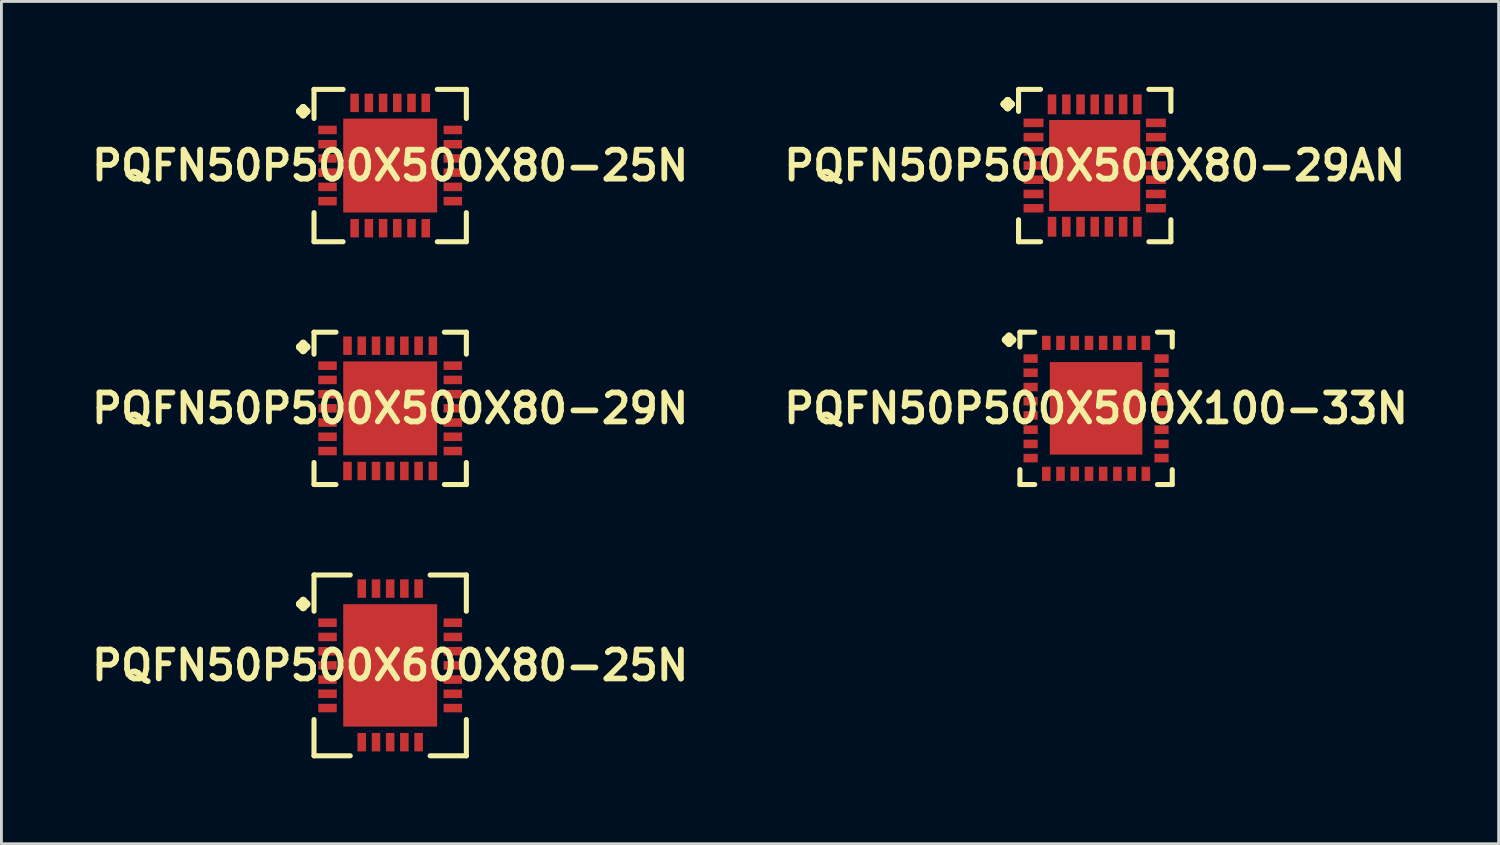
<source format=kicad_pcb>
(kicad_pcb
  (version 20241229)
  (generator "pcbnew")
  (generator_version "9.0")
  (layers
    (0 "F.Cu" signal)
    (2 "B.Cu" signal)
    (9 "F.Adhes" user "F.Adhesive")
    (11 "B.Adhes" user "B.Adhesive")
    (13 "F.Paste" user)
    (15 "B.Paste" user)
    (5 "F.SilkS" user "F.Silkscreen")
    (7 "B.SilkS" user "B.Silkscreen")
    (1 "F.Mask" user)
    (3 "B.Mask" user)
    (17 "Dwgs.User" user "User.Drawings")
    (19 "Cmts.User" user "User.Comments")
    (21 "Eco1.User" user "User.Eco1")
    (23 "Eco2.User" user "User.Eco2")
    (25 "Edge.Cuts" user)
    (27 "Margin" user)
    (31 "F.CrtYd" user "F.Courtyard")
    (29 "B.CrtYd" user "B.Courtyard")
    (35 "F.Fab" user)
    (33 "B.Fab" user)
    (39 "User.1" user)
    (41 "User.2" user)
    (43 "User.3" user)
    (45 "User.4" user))
  (footprint "PQFN50P500X500X80-29N"
    (layer "F.Cu")
    (at 10.653 11.291)
    (property "Reference" "PQFN50P500X500X80-29N" (at 0 0 0) (layer "F.SilkS") (effects (font (size 1.016 1.016) (thickness 0.203))))
    (attr smd)
    (fp_line (start -3.183 -2.156) (end -3.056 -2.283) (stroke (width 0.254) (type solid)) (layer "F.SilkS"))
    (fp_line (start -3.056 -2.283) (end -2.929 -2.156) (stroke (width 0.254) (type solid)) (layer "F.SilkS"))
    (fp_line (start -3.056 -2.029) (end -3.183 -2.156) (stroke (width 0.254) (type solid)) (layer "F.SilkS"))
    (fp_line (start -2.929 -2.156) (end -3.056 -2.029) (stroke (width 0.254) (type solid)) (layer "F.SilkS"))
    (fp_line (start -2.675 -2.675) (end -1.902 -2.675) (stroke (width 0.178) (type solid)) (layer "F.SilkS"))
    (fp_line (start -2.675 -1.902) (end -2.675 -2.675) (stroke (width 0.178) (type solid)) (layer "F.SilkS"))
    (fp_line (start -2.675 1.902) (end -2.675 2.675) (stroke (width 0.178) (type solid)) (layer "F.SilkS"))
    (fp_line (start -2.675 2.675) (end -1.902 2.675) (stroke (width 0.178) (type solid)) (layer "F.SilkS"))
    (fp_line (start 1.902 -2.675) (end 2.675 -2.675) (stroke (width 0.178) (type solid)) (layer "F.SilkS"))
    (fp_line (start 1.902 2.675) (end 2.675 2.675) (stroke (width 0.178) (type solid)) (layer "F.SilkS"))
    (fp_line (start 2.675 -2.675) (end 2.675 -1.902) (stroke (width 0.178) (type solid)) (layer "F.SilkS"))
    (fp_line (start 2.675 2.675) (end 2.675 1.902) (stroke (width 0.178) (type solid)) (layer "F.SilkS"))
    (pad "1" smd rect (at -2.2 -1.499) (size 0.648 0.3) (layers "F.Cu" "F.Mask" "F.Paste"))
    (pad "2" smd rect (at -2.2 -0.998) (size 0.648 0.3) (layers "F.Cu" "F.Mask" "F.Paste"))
    (pad "3" smd rect (at -2.2 -0.498) (size 0.648 0.3) (layers "F.Cu" "F.Mask" "F.Paste"))
    (pad "4" smd rect (at -2.2 0) (size 0.648 0.3) (layers "F.Cu" "F.Mask" "F.Paste"))
    (pad "5" smd rect (at -2.2 0.498) (size 0.648 0.3) (layers "F.Cu" "F.Mask" "F.Paste"))
    (pad "6" smd rect (at -2.2 0.998) (size 0.648 0.3) (layers "F.Cu" "F.Mask" "F.Paste"))
    (pad "7" smd rect (at -2.2 1.499) (size 0.648 0.3) (layers "F.Cu" "F.Mask" "F.Paste"))
    (pad "8" smd rect (at -1.499 2.2) (size 0.3 0.648) (layers "F.Cu" "F.Mask" "F.Paste"))
    (pad "9" smd rect (at -0.998 2.2) (size 0.3 0.648) (layers "F.Cu" "F.Mask" "F.Paste"))
    (pad "10" smd rect (at -0.498 2.2) (size 0.3 0.648) (layers "F.Cu" "F.Mask" "F.Paste"))
    (pad "11" smd rect (at 0 2.2) (size 0.3 0.648) (layers "F.Cu" "F.Mask" "F.Paste"))
    (pad "12" smd rect (at 0.498 2.2) (size 0.3 0.648) (layers "F.Cu" "F.Mask" "F.Paste"))
    (pad "13" smd rect (at 0.998 2.2) (size 0.3 0.648) (layers "F.Cu" "F.Mask" "F.Paste"))
    (pad "14" smd rect (at 1.499 2.2) (size 0.3 0.648) (layers "F.Cu" "F.Mask" "F.Paste"))
    (pad "15" smd rect (at 2.2 1.499) (size 0.648 0.3) (layers "F.Cu" "F.Mask" "F.Paste"))
    (pad "16" smd rect (at 2.2 0.998) (size 0.648 0.3) (layers "F.Cu" "F.Mask" "F.Paste"))
    (pad "17" smd rect (at 2.2 0.498) (size 0.648 0.3) (layers "F.Cu" "F.Mask" "F.Paste"))
    (pad "18" smd rect (at 2.2 0) (size 0.648 0.3) (layers "F.Cu" "F.Mask" "F.Paste"))
    (pad "19" smd rect (at 2.2 -0.498) (size 0.648 0.3) (layers "F.Cu" "F.Mask" "F.Paste"))
    (pad "20" smd rect (at 2.2 -0.998) (size 0.648 0.3) (layers "F.Cu" "F.Mask" "F.Paste"))
    (pad "21" smd rect (at 2.2 -1.499) (size 0.648 0.3) (layers "F.Cu" "F.Mask" "F.Paste"))
    (pad "22" smd rect (at 1.499 -2.2) (size 0.3 0.648) (layers "F.Cu" "F.Mask" "F.Paste"))
    (pad "23" smd rect (at 0.998 -2.2) (size 0.3 0.648) (layers "F.Cu" "F.Mask" "F.Paste"))
    (pad "24" smd rect (at 0.498 -2.2) (size 0.3 0.648) (layers "F.Cu" "F.Mask" "F.Paste"))
    (pad "25" smd rect (at 0 -2.2) (size 0.3 0.648) (layers "F.Cu" "F.Mask" "F.Paste"))
    (pad "26" smd rect (at -0.498 -2.2) (size 0.3 0.648) (layers "F.Cu" "F.Mask" "F.Paste"))
    (pad "27" smd rect (at -0.998 -2.2) (size 0.3 0.648) (layers "F.Cu" "F.Mask" "F.Paste"))
    (pad "28" smd rect (at -1.499 -2.2) (size 0.3 0.648) (layers "F.Cu" "F.Mask" "F.Paste"))
    (pad "29" smd rect (at 0 0) (size 3.299 3.299) (layers "F.Cu" "F.Mask" "F.Paste")))
  (footprint "PQFN50P500X500X100-33N"
    (layer "F.Cu")
    (at 35.444 11.291)
    (property "Reference" "PQFN50P500X500X100-33N" (at 0 0 0) (layer "F.SilkS") (effects (font (size 1.016 1.016) (thickness 0.203))))
    (attr smd)
    (fp_line (start -3.183 -2.408) (end -3.056 -2.535) (stroke (width 0.254) (type solid)) (layer "F.SilkS"))
    (fp_line (start -3.056 -2.535) (end -2.929 -2.408) (stroke (width 0.254) (type solid)) (layer "F.SilkS"))
    (fp_line (start -3.056 -2.281) (end -3.183 -2.408) (stroke (width 0.254) (type solid)) (layer "F.SilkS"))
    (fp_line (start -2.929 -2.408) (end -3.056 -2.281) (stroke (width 0.254) (type solid)) (layer "F.SilkS"))
    (fp_line (start -2.675 -2.675) (end -2.154 -2.675) (stroke (width 0.178) (type solid)) (layer "F.SilkS"))
    (fp_line (start -2.675 -2.154) (end -2.675 -2.675) (stroke (width 0.178) (type solid)) (layer "F.SilkS"))
    (fp_line (start -2.675 2.154) (end -2.675 2.675) (stroke (width 0.178) (type solid)) (layer "F.SilkS"))
    (fp_line (start -2.675 2.675) (end -2.154 2.675) (stroke (width 0.178) (type solid)) (layer "F.SilkS"))
    (fp_line (start 2.154 -2.675) (end 2.675 -2.675) (stroke (width 0.178) (type solid)) (layer "F.SilkS"))
    (fp_line (start 2.154 2.675) (end 2.675 2.675) (stroke (width 0.178) (type solid)) (layer "F.SilkS"))
    (fp_line (start 2.675 -2.675) (end 2.675 -2.154) (stroke (width 0.178) (type solid)) (layer "F.SilkS"))
    (fp_line (start 2.675 2.675) (end 2.675 2.154) (stroke (width 0.178) (type solid)) (layer "F.SilkS"))
    (pad "1" smd rect (at -2.299 -1.748) (size 0.498 0.3) (layers "F.Cu" "F.Mask" "F.Paste"))
    (pad "2" smd rect (at -2.299 -1.25) (size 0.498 0.3) (layers "F.Cu" "F.Mask" "F.Paste"))
    (pad "3" smd rect (at -2.299 -0.749) (size 0.498 0.3) (layers "F.Cu" "F.Mask" "F.Paste"))
    (pad "4" smd rect (at -2.299 -0.249) (size 0.498 0.3) (layers "F.Cu" "F.Mask" "F.Paste"))
    (pad "5" smd rect (at -2.299 0.249) (size 0.498 0.3) (layers "F.Cu" "F.Mask" "F.Paste"))
    (pad "6" smd rect (at -2.299 0.749) (size 0.498 0.3) (layers "F.Cu" "F.Mask" "F.Paste"))
    (pad "7" smd rect (at -2.299 1.25) (size 0.498 0.3) (layers "F.Cu" "F.Mask" "F.Paste"))
    (pad "8" smd rect (at -2.299 1.748) (size 0.498 0.3) (layers "F.Cu" "F.Mask" "F.Paste"))
    (pad "9" smd rect (at -1.748 2.299) (size 0.3 0.498) (layers "F.Cu" "F.Mask" "F.Paste"))
    (pad "10" smd rect (at -1.25 2.299) (size 0.3 0.498) (layers "F.Cu" "F.Mask" "F.Paste"))
    (pad "11" smd rect (at -0.749 2.299) (size 0.3 0.498) (layers "F.Cu" "F.Mask" "F.Paste"))
    (pad "12" smd rect (at -0.249 2.299) (size 0.3 0.498) (layers "F.Cu" "F.Mask" "F.Paste"))
    (pad "13" smd rect (at 0.249 2.299) (size 0.3 0.498) (layers "F.Cu" "F.Mask" "F.Paste"))
    (pad "14" smd rect (at 0.749 2.299) (size 0.3 0.498) (layers "F.Cu" "F.Mask" "F.Paste"))
    (pad "15" smd rect (at 1.25 2.299) (size 0.3 0.498) (layers "F.Cu" "F.Mask" "F.Paste"))
    (pad "16" smd rect (at 1.748 2.299) (size 0.3 0.498) (layers "F.Cu" "F.Mask" "F.Paste"))
    (pad "17" smd rect (at 2.299 1.748) (size 0.498 0.3) (layers "F.Cu" "F.Mask" "F.Paste"))
    (pad "18" smd rect (at 2.299 1.25) (size 0.498 0.3) (layers "F.Cu" "F.Mask" "F.Paste"))
    (pad "19" smd rect (at 2.299 0.749) (size 0.498 0.3) (layers "F.Cu" "F.Mask" "F.Paste"))
    (pad "20" smd rect (at 2.299 0.249) (size 0.498 0.3) (layers "F.Cu" "F.Mask" "F.Paste"))
    (pad "21" smd rect (at 2.299 -0.249) (size 0.498 0.3) (layers "F.Cu" "F.Mask" "F.Paste"))
    (pad "22" smd rect (at 2.299 -0.749) (size 0.498 0.3) (layers "F.Cu" "F.Mask" "F.Paste"))
    (pad "23" smd rect (at 2.299 -1.25) (size 0.498 0.3) (layers "F.Cu" "F.Mask" "F.Paste"))
    (pad "24" smd rect (at 2.299 -1.748) (size 0.498 0.3) (layers "F.Cu" "F.Mask" "F.Paste"))
    (pad "25" smd rect (at 1.748 -2.299) (size 0.3 0.498) (layers "F.Cu" "F.Mask" "F.Paste"))
    (pad "26" smd rect (at 1.25 -2.299) (size 0.3 0.498) (layers "F.Cu" "F.Mask" "F.Paste"))
    (pad "27" smd rect (at 0.749 -2.299) (size 0.3 0.498) (layers "F.Cu" "F.Mask" "F.Paste"))
    (pad "28" smd rect (at 0.249 -2.299) (size 0.3 0.498) (layers "F.Cu" "F.Mask" "F.Paste"))
    (pad "29" smd rect (at -0.249 -2.299) (size 0.3 0.498) (layers "F.Cu" "F.Mask" "F.Paste"))
    (pad "30" smd rect (at -0.749 -2.299) (size 0.3 0.498) (layers "F.Cu" "F.Mask" "F.Paste"))
    (pad "31" smd rect (at -1.25 -2.299) (size 0.3 0.498) (layers "F.Cu" "F.Mask" "F.Paste"))
    (pad "32" smd rect (at -1.748 -2.299) (size 0.3 0.498) (layers "F.Cu" "F.Mask" "F.Paste"))
    (pad "33" smd rect (at 0 0) (size 3.249 3.249) (layers "F.Cu" "F.Mask" "F.Paste")))
  (footprint "PQFN50P500X600X80-25N"
    (layer "F.Cu")
    (at 10.653 20.318)
    (property "Reference" "PQFN50P500X600X80-25N" (at 0 0 0) (layer "F.SilkS") (effects (font (size 1.016 1.016) (thickness 0.203))))
    (attr smd)
    (fp_line (start -3.183 -2.156) (end -3.056 -2.283) (stroke (width 0.254) (type solid)) (layer "F.SilkS"))
    (fp_line (start -3.056 -2.283) (end -2.929 -2.156) (stroke (width 0.254) (type solid)) (layer "F.SilkS"))
    (fp_line (start -3.056 -2.029) (end -3.183 -2.156) (stroke (width 0.254) (type solid)) (layer "F.SilkS"))
    (fp_line (start -2.929 -2.156) (end -3.056 -2.029) (stroke (width 0.254) (type solid)) (layer "F.SilkS"))
    (fp_line (start -2.675 -3.175) (end -1.402 -3.175) (stroke (width 0.178) (type solid)) (layer "F.SilkS"))
    (fp_line (start -2.675 -1.902) (end -2.675 -3.175) (stroke (width 0.178) (type solid)) (layer "F.SilkS"))
    (fp_line (start -2.675 1.902) (end -2.675 3.175) (stroke (width 0.178) (type solid)) (layer "F.SilkS"))
    (fp_line (start -2.675 3.175) (end -1.402 3.175) (stroke (width 0.178) (type solid)) (layer "F.SilkS"))
    (fp_line (start 1.402 -3.175) (end 2.675 -3.175) (stroke (width 0.178) (type solid)) (layer "F.SilkS"))
    (fp_line (start 1.402 3.175) (end 2.675 3.175) (stroke (width 0.178) (type solid)) (layer "F.SilkS"))
    (fp_line (start 2.675 -3.175) (end 2.675 -1.902) (stroke (width 0.178) (type solid)) (layer "F.SilkS"))
    (fp_line (start 2.675 3.175) (end 2.675 1.902) (stroke (width 0.178) (type solid)) (layer "F.SilkS"))
    (pad "1" smd rect (at -2.2 -1.499) (size 0.648 0.3) (layers "F.Cu" "F.Mask" "F.Paste"))
    (pad "2" smd rect (at -2.2 -0.998) (size 0.648 0.3) (layers "F.Cu" "F.Mask" "F.Paste"))
    (pad "3" smd rect (at -2.2 -0.498) (size 0.648 0.3) (layers "F.Cu" "F.Mask" "F.Paste"))
    (pad "4" smd rect (at -2.2 0) (size 0.648 0.3) (layers "F.Cu" "F.Mask" "F.Paste"))
    (pad "5" smd rect (at -2.2 0.498) (size 0.648 0.3) (layers "F.Cu" "F.Mask" "F.Paste"))
    (pad "6" smd rect (at -2.2 0.998) (size 0.648 0.3) (layers "F.Cu" "F.Mask" "F.Paste"))
    (pad "7" smd rect (at -2.2 1.499) (size 0.648 0.3) (layers "F.Cu" "F.Mask" "F.Paste"))
    (pad "8" smd rect (at -0.998 2.697) (size 0.3 0.648) (layers "F.Cu" "F.Mask" "F.Paste"))
    (pad "9" smd rect (at -0.498 2.697) (size 0.3 0.648) (layers "F.Cu" "F.Mask" "F.Paste"))
    (pad "10" smd rect (at 0 2.697) (size 0.3 0.648) (layers "F.Cu" "F.Mask" "F.Paste"))
    (pad "11" smd rect (at 0.498 2.697) (size 0.3 0.648) (layers "F.Cu" "F.Mask" "F.Paste"))
    (pad "12" smd rect (at 0.998 2.697) (size 0.3 0.648) (layers "F.Cu" "F.Mask" "F.Paste"))
    (pad "13" smd rect (at 2.2 1.499) (size 0.648 0.3) (layers "F.Cu" "F.Mask" "F.Paste"))
    (pad "14" smd rect (at 2.2 0.998) (size 0.648 0.3) (layers "F.Cu" "F.Mask" "F.Paste"))
    (pad "15" smd rect (at 2.2 0.498) (size 0.648 0.3) (layers "F.Cu" "F.Mask" "F.Paste"))
    (pad "16" smd rect (at 2.2 0) (size 0.648 0.3) (layers "F.Cu" "F.Mask" "F.Paste"))
    (pad "17" smd rect (at 2.2 -0.498) (size 0.648 0.3) (layers "F.Cu" "F.Mask" "F.Paste"))
    (pad "18" smd rect (at 2.2 -0.998) (size 0.648 0.3) (layers "F.Cu" "F.Mask" "F.Paste"))
    (pad "19" smd rect (at 2.2 -1.499) (size 0.648 0.3) (layers "F.Cu" "F.Mask" "F.Paste"))
    (pad "20" smd rect (at 0.998 -2.697) (size 0.3 0.648) (layers "F.Cu" "F.Mask" "F.Paste"))
    (pad "21" smd rect (at 0.498 -2.697) (size 0.3 0.648) (layers "F.Cu" "F.Mask" "F.Paste"))
    (pad "22" smd rect (at 0 -2.697) (size 0.3 0.648) (layers "F.Cu" "F.Mask" "F.Paste"))
    (pad "23" smd rect (at -0.498 -2.697) (size 0.3 0.648) (layers "F.Cu" "F.Mask" "F.Paste"))
    (pad "24" smd rect (at -0.998 -2.697) (size 0.3 0.648) (layers "F.Cu" "F.Mask" "F.Paste"))
    (pad "25" smd rect (at 0 0) (size 3.299 4.298) (layers "F.Cu" "F.Mask" "F.Paste")))
  (footprint "PQFN50P500X500X80-25N"
    (layer "F.Cu")
    (at 10.653 2.764)
    (property "Reference" "PQFN50P500X500X80-25N" (at 0 0 0) (layer "F.SilkS") (effects (font (size 1.016 1.016) (thickness 0.203))))
    (attr smd)
    (fp_line (start -3.183 -1.908) (end -3.056 -2.035) (stroke (width 0.254) (type solid)) (layer "F.SilkS"))
    (fp_line (start -3.056 -2.035) (end -2.929 -1.908) (stroke (width 0.254) (type solid)) (layer "F.SilkS"))
    (fp_line (start -3.056 -1.781) (end -3.183 -1.908) (stroke (width 0.254) (type solid)) (layer "F.SilkS"))
    (fp_line (start -2.929 -1.908) (end -3.056 -1.781) (stroke (width 0.254) (type solid)) (layer "F.SilkS"))
    (fp_line (start -2.675 -2.675) (end -1.654 -2.675) (stroke (width 0.178) (type solid)) (layer "F.SilkS"))
    (fp_line (start -2.675 -1.654) (end -2.675 -2.675) (stroke (width 0.178) (type solid)) (layer "F.SilkS"))
    (fp_line (start -2.675 1.654) (end -2.675 2.675) (stroke (width 0.178) (type solid)) (layer "F.SilkS"))
    (fp_line (start -2.675 2.675) (end -1.654 2.675) (stroke (width 0.178) (type solid)) (layer "F.SilkS"))
    (fp_line (start 1.654 -2.675) (end 2.675 -2.675) (stroke (width 0.178) (type solid)) (layer "F.SilkS"))
    (fp_line (start 1.654 2.675) (end 2.675 2.675) (stroke (width 0.178) (type solid)) (layer "F.SilkS"))
    (fp_line (start 2.675 -2.675) (end 2.675 -1.654) (stroke (width 0.178) (type solid)) (layer "F.SilkS"))
    (fp_line (start 2.675 2.675) (end 2.675 1.654) (stroke (width 0.178) (type solid)) (layer "F.SilkS"))
    (pad "1" smd rect (at -2.2 -1.25) (size 0.648 0.3) (layers "F.Cu" "F.Mask" "F.Paste"))
    (pad "2" smd rect (at -2.2 -0.749) (size 0.648 0.3) (layers "F.Cu" "F.Mask" "F.Paste"))
    (pad "3" smd rect (at -2.2 -0.249) (size 0.648 0.3) (layers "F.Cu" "F.Mask" "F.Paste"))
    (pad "4" smd rect (at -2.2 0.249) (size 0.648 0.3) (layers "F.Cu" "F.Mask" "F.Paste"))
    (pad "5" smd rect (at -2.2 0.749) (size 0.648 0.3) (layers "F.Cu" "F.Mask" "F.Paste"))
    (pad "6" smd rect (at -2.2 1.25) (size 0.648 0.3) (layers "F.Cu" "F.Mask" "F.Paste"))
    (pad "7" smd rect (at -1.25 2.2) (size 0.3 0.648) (layers "F.Cu" "F.Mask" "F.Paste"))
    (pad "8" smd rect (at -0.749 2.2) (size 0.3 0.648) (layers "F.Cu" "F.Mask" "F.Paste"))
    (pad "9" smd rect (at -0.249 2.2) (size 0.3 0.648) (layers "F.Cu" "F.Mask" "F.Paste"))
    (pad "10" smd rect (at 0.249 2.2) (size 0.3 0.648) (layers "F.Cu" "F.Mask" "F.Paste"))
    (pad "11" smd rect (at 0.749 2.2) (size 0.3 0.648) (layers "F.Cu" "F.Mask" "F.Paste"))
    (pad "12" smd rect (at 1.25 2.2) (size 0.3 0.648) (layers "F.Cu" "F.Mask" "F.Paste"))
    (pad "13" smd rect (at 2.2 1.25) (size 0.648 0.3) (layers "F.Cu" "F.Mask" "F.Paste"))
    (pad "14" smd rect (at 2.2 0.749) (size 0.648 0.3) (layers "F.Cu" "F.Mask" "F.Paste"))
    (pad "15" smd rect (at 2.2 0.249) (size 0.648 0.3) (layers "F.Cu" "F.Mask" "F.Paste"))
    (pad "16" smd rect (at 2.2 -0.249) (size 0.648 0.3) (layers "F.Cu" "F.Mask" "F.Paste"))
    (pad "17" smd rect (at 2.2 -0.749) (size 0.648 0.3) (layers "F.Cu" "F.Mask" "F.Paste"))
    (pad "18" smd rect (at 2.2 -1.25) (size 0.648 0.3) (layers "F.Cu" "F.Mask" "F.Paste"))
    (pad "19" smd rect (at 1.25 -2.2) (size 0.3 0.648) (layers "F.Cu" "F.Mask" "F.Paste"))
    (pad "20" smd rect (at 0.749 -2.2) (size 0.3 0.648) (layers "F.Cu" "F.Mask" "F.Paste"))
    (pad "21" smd rect (at 0.249 -2.2) (size 0.3 0.648) (layers "F.Cu" "F.Mask" "F.Paste"))
    (pad "22" smd rect (at -0.249 -2.2) (size 0.3 0.648) (layers "F.Cu" "F.Mask" "F.Paste"))
    (pad "23" smd rect (at -0.749 -2.2) (size 0.3 0.648) (layers "F.Cu" "F.Mask" "F.Paste"))
    (pad "24" smd rect (at -1.25 -2.2) (size 0.3 0.648) (layers "F.Cu" "F.Mask" "F.Paste"))
    (pad "25" smd rect (at 0 0) (size 3.299 3.299) (layers "F.Cu" "F.Mask" "F.Paste")))
  (footprint "PQFN50P500X500X80-29AN"
    (layer "F.Cu")
    (at 35.396 2.764)
    (property "Reference" "PQFN50P500X500X80-29AN" (at 0 0 0) (layer "F.SilkS") (effects (font (size 1.016 1.016) (thickness 0.203))))
    (attr smd)
    (fp_line (start -3.183 -2.156) (end -3.056 -2.283) (stroke (width 0.254) (type solid)) (layer "F.SilkS"))
    (fp_line (start -3.056 -2.283) (end -2.929 -2.156) (stroke (width 0.254) (type solid)) (layer "F.SilkS"))
    (fp_line (start -3.056 -2.029) (end -3.183 -2.156) (stroke (width 0.254) (type solid)) (layer "F.SilkS"))
    (fp_line (start -2.929 -2.156) (end -3.056 -2.029) (stroke (width 0.254) (type solid)) (layer "F.SilkS"))
    (fp_line (start -2.675 -2.675) (end -1.902 -2.675) (stroke (width 0.178) (type solid)) (layer "F.SilkS"))
    (fp_line (start -2.675 -1.902) (end -2.675 -2.675) (stroke (width 0.178) (type solid)) (layer "F.SilkS"))
    (fp_line (start -2.675 1.902) (end -2.675 2.675) (stroke (width 0.178) (type solid)) (layer "F.SilkS"))
    (fp_line (start -2.675 2.675) (end -1.902 2.675) (stroke (width 0.178) (type solid)) (layer "F.SilkS"))
    (fp_line (start 1.902 -2.675) (end 2.675 -2.675) (stroke (width 0.178) (type solid)) (layer "F.SilkS"))
    (fp_line (start 1.902 2.675) (end 2.675 2.675) (stroke (width 0.178) (type solid)) (layer "F.SilkS"))
    (fp_line (start 2.675 -2.675) (end 2.675 -1.902) (stroke (width 0.178) (type solid)) (layer "F.SilkS"))
    (fp_line (start 2.675 2.675) (end 2.675 1.902) (stroke (width 0.178) (type solid)) (layer "F.SilkS"))
    (pad "1" smd rect (at -2.149 -1.499) (size 0.699 0.3) (layers "F.Cu" "F.Mask" "F.Paste"))
    (pad "2" smd rect (at -2.149 -0.998) (size 0.699 0.3) (layers "F.Cu" "F.Mask" "F.Paste"))
    (pad "3" smd rect (at -2.149 -0.498) (size 0.699 0.3) (layers "F.Cu" "F.Mask" "F.Paste"))
    (pad "4" smd rect (at -2.149 0) (size 0.699 0.3) (layers "F.Cu" "F.Mask" "F.Paste"))
    (pad "5" smd rect (at -2.149 0.498) (size 0.699 0.3) (layers "F.Cu" "F.Mask" "F.Paste"))
    (pad "6" smd rect (at -2.149 0.998) (size 0.699 0.3) (layers "F.Cu" "F.Mask" "F.Paste"))
    (pad "7" smd rect (at -2.149 1.499) (size 0.699 0.3) (layers "F.Cu" "F.Mask" "F.Paste"))
    (pad "8" smd rect (at -1.499 2.149) (size 0.3 0.699) (layers "F.Cu" "F.Mask" "F.Paste"))
    (pad "9" smd rect (at -0.998 2.149) (size 0.3 0.699) (layers "F.Cu" "F.Mask" "F.Paste"))
    (pad "10" smd rect (at -0.498 2.149) (size 0.3 0.699) (layers "F.Cu" "F.Mask" "F.Paste"))
    (pad "11" smd rect (at 0 2.149) (size 0.3 0.699) (layers "F.Cu" "F.Mask" "F.Paste"))
    (pad "12" smd rect (at 0.498 2.149) (size 0.3 0.699) (layers "F.Cu" "F.Mask" "F.Paste"))
    (pad "13" smd rect (at 0.998 2.149) (size 0.3 0.699) (layers "F.Cu" "F.Mask" "F.Paste"))
    (pad "14" smd rect (at 1.499 2.149) (size 0.3 0.699) (layers "F.Cu" "F.Mask" "F.Paste"))
    (pad "15" smd rect (at 2.149 1.499) (size 0.699 0.3) (layers "F.Cu" "F.Mask" "F.Paste"))
    (pad "16" smd rect (at 2.149 0.998) (size 0.699 0.3) (layers "F.Cu" "F.Mask" "F.Paste"))
    (pad "17" smd rect (at 2.149 0.498) (size 0.699 0.3) (layers "F.Cu" "F.Mask" "F.Paste"))
    (pad "18" smd rect (at 2.149 0) (size 0.699 0.3) (layers "F.Cu" "F.Mask" "F.Paste"))
    (pad "19" smd rect (at 2.149 -0.498) (size 0.699 0.3) (layers "F.Cu" "F.Mask" "F.Paste"))
    (pad "20" smd rect (at 2.149 -0.998) (size 0.699 0.3) (layers "F.Cu" "F.Mask" "F.Paste"))
    (pad "21" smd rect (at 2.149 -1.499) (size 0.699 0.3) (layers "F.Cu" "F.Mask" "F.Paste"))
    (pad "22" smd rect (at 1.499 -2.149) (size 0.3 0.699) (layers "F.Cu" "F.Mask" "F.Paste"))
    (pad "23" smd rect (at 0.998 -2.149) (size 0.3 0.699) (layers "F.Cu" "F.Mask" "F.Paste"))
    (pad "24" smd rect (at 0.498 -2.149) (size 0.3 0.699) (layers "F.Cu" "F.Mask" "F.Paste"))
    (pad "25" smd rect (at 0 -2.149) (size 0.3 0.699) (layers "F.Cu" "F.Mask" "F.Paste"))
    (pad "26" smd rect (at -0.498 -2.149) (size 0.3 0.699) (layers "F.Cu" "F.Mask" "F.Paste"))
    (pad "27" smd rect (at -0.998 -2.149) (size 0.3 0.699) (layers "F.Cu" "F.Mask" "F.Paste"))
    (pad "28" smd rect (at -1.499 -2.149) (size 0.3 0.699) (layers "F.Cu" "F.Mask" "F.Paste"))
    (pad "29" smd rect (at 0 0) (size 3.198 3.198) (layers "F.Cu" "F.Mask" "F.Paste")))
  (gr_rect
    (start -3 -3)
    (end 49.582 26.582)
    (stroke (width 0.1) (type default))
    (fill no)
    (layer "Edge.Cuts")))
</source>
